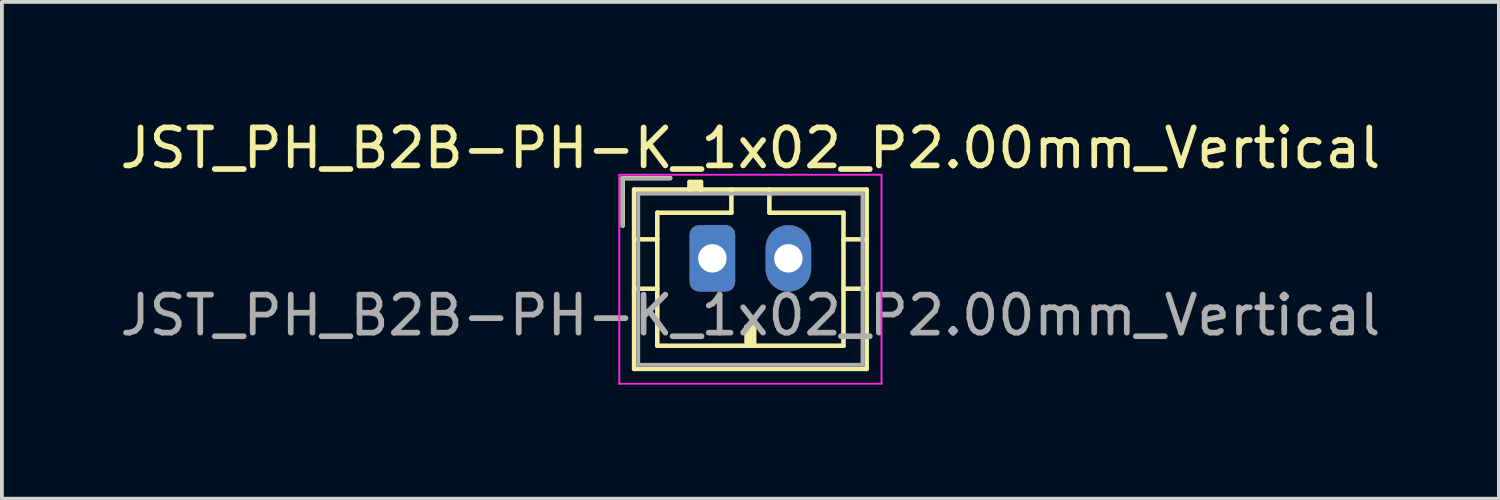
<source format=kicad_pcb>
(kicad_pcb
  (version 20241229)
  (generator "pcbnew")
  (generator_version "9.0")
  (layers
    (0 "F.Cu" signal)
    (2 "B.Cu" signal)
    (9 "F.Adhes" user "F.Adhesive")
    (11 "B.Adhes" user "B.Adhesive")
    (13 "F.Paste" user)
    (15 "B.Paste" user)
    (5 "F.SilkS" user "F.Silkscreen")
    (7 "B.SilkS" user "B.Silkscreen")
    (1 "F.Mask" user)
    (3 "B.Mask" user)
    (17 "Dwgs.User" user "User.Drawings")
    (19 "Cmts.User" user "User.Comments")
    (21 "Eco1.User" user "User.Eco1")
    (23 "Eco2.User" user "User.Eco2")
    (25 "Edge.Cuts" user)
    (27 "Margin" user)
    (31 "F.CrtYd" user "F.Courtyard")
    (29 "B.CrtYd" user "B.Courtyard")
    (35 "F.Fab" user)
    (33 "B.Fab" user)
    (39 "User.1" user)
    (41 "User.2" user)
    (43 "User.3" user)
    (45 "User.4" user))
  (footprint "JST_PH_B2B-PH-K_1x02_P2.00mm_Vertical"
    (layer "F.Cu")
    (at 15.696 3.748)
    (property "Reference" "JST_PH_B2B-PH-K_1x02_P2.00mm_Vertical" (at 1 -2.9 0) (layer "F.SilkS") (effects (font (size 1 1) (thickness 0.15))))
    (attr through_hole)
    (fp_line (start -2.36 -2.11) (end -2.36 -0.86) (stroke (width 0.12) (type solid)) (layer "F.SilkS"))
    (fp_line (start -2.06 -1.81) (end -2.06 2.91) (stroke (width 0.12) (type solid)) (layer "F.SilkS"))
    (fp_line (start -2.06 -0.5) (end -1.45 -0.5) (stroke (width 0.12) (type solid)) (layer "F.SilkS"))
    (fp_line (start -2.06 0.8) (end -1.45 0.8) (stroke (width 0.12) (type solid)) (layer "F.SilkS"))
    (fp_line (start -2.06 2.91) (end 4.06 2.91) (stroke (width 0.12) (type solid)) (layer "F.SilkS"))
    (fp_line (start -1.45 -1.2) (end -1.45 2.3) (stroke (width 0.12) (type solid)) (layer "F.SilkS"))
    (fp_line (start -1.45 2.3) (end 3.45 2.3) (stroke (width 0.12) (type solid)) (layer "F.SilkS"))
    (fp_line (start -1.11 -2.11) (end -2.36 -2.11) (stroke (width 0.12) (type solid)) (layer "F.SilkS"))
    (fp_line (start -0.6 -2.01) (end -0.6 -1.81) (stroke (width 0.12) (type solid)) (layer "F.SilkS"))
    (fp_line (start -0.3 -2.01) (end -0.6 -2.01) (stroke (width 0.12) (type solid)) (layer "F.SilkS"))
    (fp_line (start -0.3 -1.91) (end -0.6 -1.91) (stroke (width 0.12) (type solid)) (layer "F.SilkS"))
    (fp_line (start -0.3 -1.81) (end -0.3 -2.01) (stroke (width 0.12) (type solid)) (layer "F.SilkS"))
    (fp_line (start 0.5 -1.81) (end 0.5 -1.2) (stroke (width 0.12) (type solid)) (layer "F.SilkS"))
    (fp_line (start 0.5 -1.2) (end -1.45 -1.2) (stroke (width 0.12) (type solid)) (layer "F.SilkS"))
    (fp_line (start 0.9 1.8) (end 1.1 1.8) (stroke (width 0.12) (type solid)) (layer "F.SilkS"))
    (fp_line (start 0.9 2.3) (end 0.9 1.8) (stroke (width 0.12) (type solid)) (layer "F.SilkS"))
    (fp_line (start 1 2.3) (end 1 1.8) (stroke (width 0.12) (type solid)) (layer "F.SilkS"))
    (fp_line (start 1.1 1.8) (end 1.1 2.3) (stroke (width 0.12) (type solid)) (layer "F.SilkS"))
    (fp_line (start 1.5 -1.2) (end 1.5 -1.81) (stroke (width 0.12) (type solid)) (layer "F.SilkS"))
    (fp_line (start 3.45 -1.2) (end 1.5 -1.2) (stroke (width 0.12) (type solid)) (layer "F.SilkS"))
    (fp_line (start 3.45 2.3) (end 3.45 -1.2) (stroke (width 0.12) (type solid)) (layer "F.SilkS"))
    (fp_line (start 4.06 -1.81) (end -2.06 -1.81) (stroke (width 0.12) (type solid)) (layer "F.SilkS"))
    (fp_line (start 4.06 -0.5) (end 3.45 -0.5) (stroke (width 0.12) (type solid)) (layer "F.SilkS"))
    (fp_line (start 4.06 0.8) (end 3.45 0.8) (stroke (width 0.12) (type solid)) (layer "F.SilkS"))
    (fp_line (start 4.06 2.91) (end 4.06 -1.81) (stroke (width 0.12) (type solid)) (layer "F.SilkS"))
    (fp_line (start -2.45 -2.2) (end -2.45 3.3) (stroke (width 0.05) (type solid)) (layer "F.CrtYd"))
    (fp_line (start -2.45 3.3) (end 4.45 3.3) (stroke (width 0.05) (type solid)) (layer "F.CrtYd"))
    (fp_line (start 4.45 -2.2) (end -2.45 -2.2) (stroke (width 0.05) (type solid)) (layer "F.CrtYd"))
    (fp_line (start 4.45 3.3) (end 4.45 -2.2) (stroke (width 0.05) (type solid)) (layer "F.CrtYd"))
    (fp_line (start -2.36 -2.11) (end -2.36 -0.86) (stroke (width 0.1) (type solid)) (layer "F.Fab"))
    (fp_line (start -1.95 -1.7) (end -1.95 2.8) (stroke (width 0.1) (type solid)) (layer "F.Fab"))
    (fp_line (start -1.95 2.8) (end 3.95 2.8) (stroke (width 0.1) (type solid)) (layer "F.Fab"))
    (fp_line (start -1.11 -2.11) (end -2.36 -2.11) (stroke (width 0.1) (type solid)) (layer "F.Fab"))
    (fp_line (start 3.95 -1.7) (end -1.95 -1.7) (stroke (width 0.1) (type solid)) (layer "F.Fab"))
    (fp_line (start 3.95 2.8) (end 3.95 -1.7) (stroke (width 0.1) (type solid)) (layer "F.Fab"))
    (fp_text user "${REFERENCE}" (at 1 1.5 0) (layer "F.Fab") (effects (font (size 1 1) (thickness 0.15))))
    (pad "1" thru_hole oval (at 2 0) (size 1.2 1.75) (drill 0.75) (layers "*.Cu" "*.Mask"))
    (pad "2" thru_hole roundrect (at 0 0) (size 1.2 1.75) (drill 0.75) (layers "*.Cu" "*.Mask") (roundrect_rratio 0.208)))
  (gr_rect
    (start -3 -3)
    (end 36.393 10.073)
    (stroke (width 0.1) (type default))
    (fill no)
    (layer "Edge.Cuts")))
</source>
